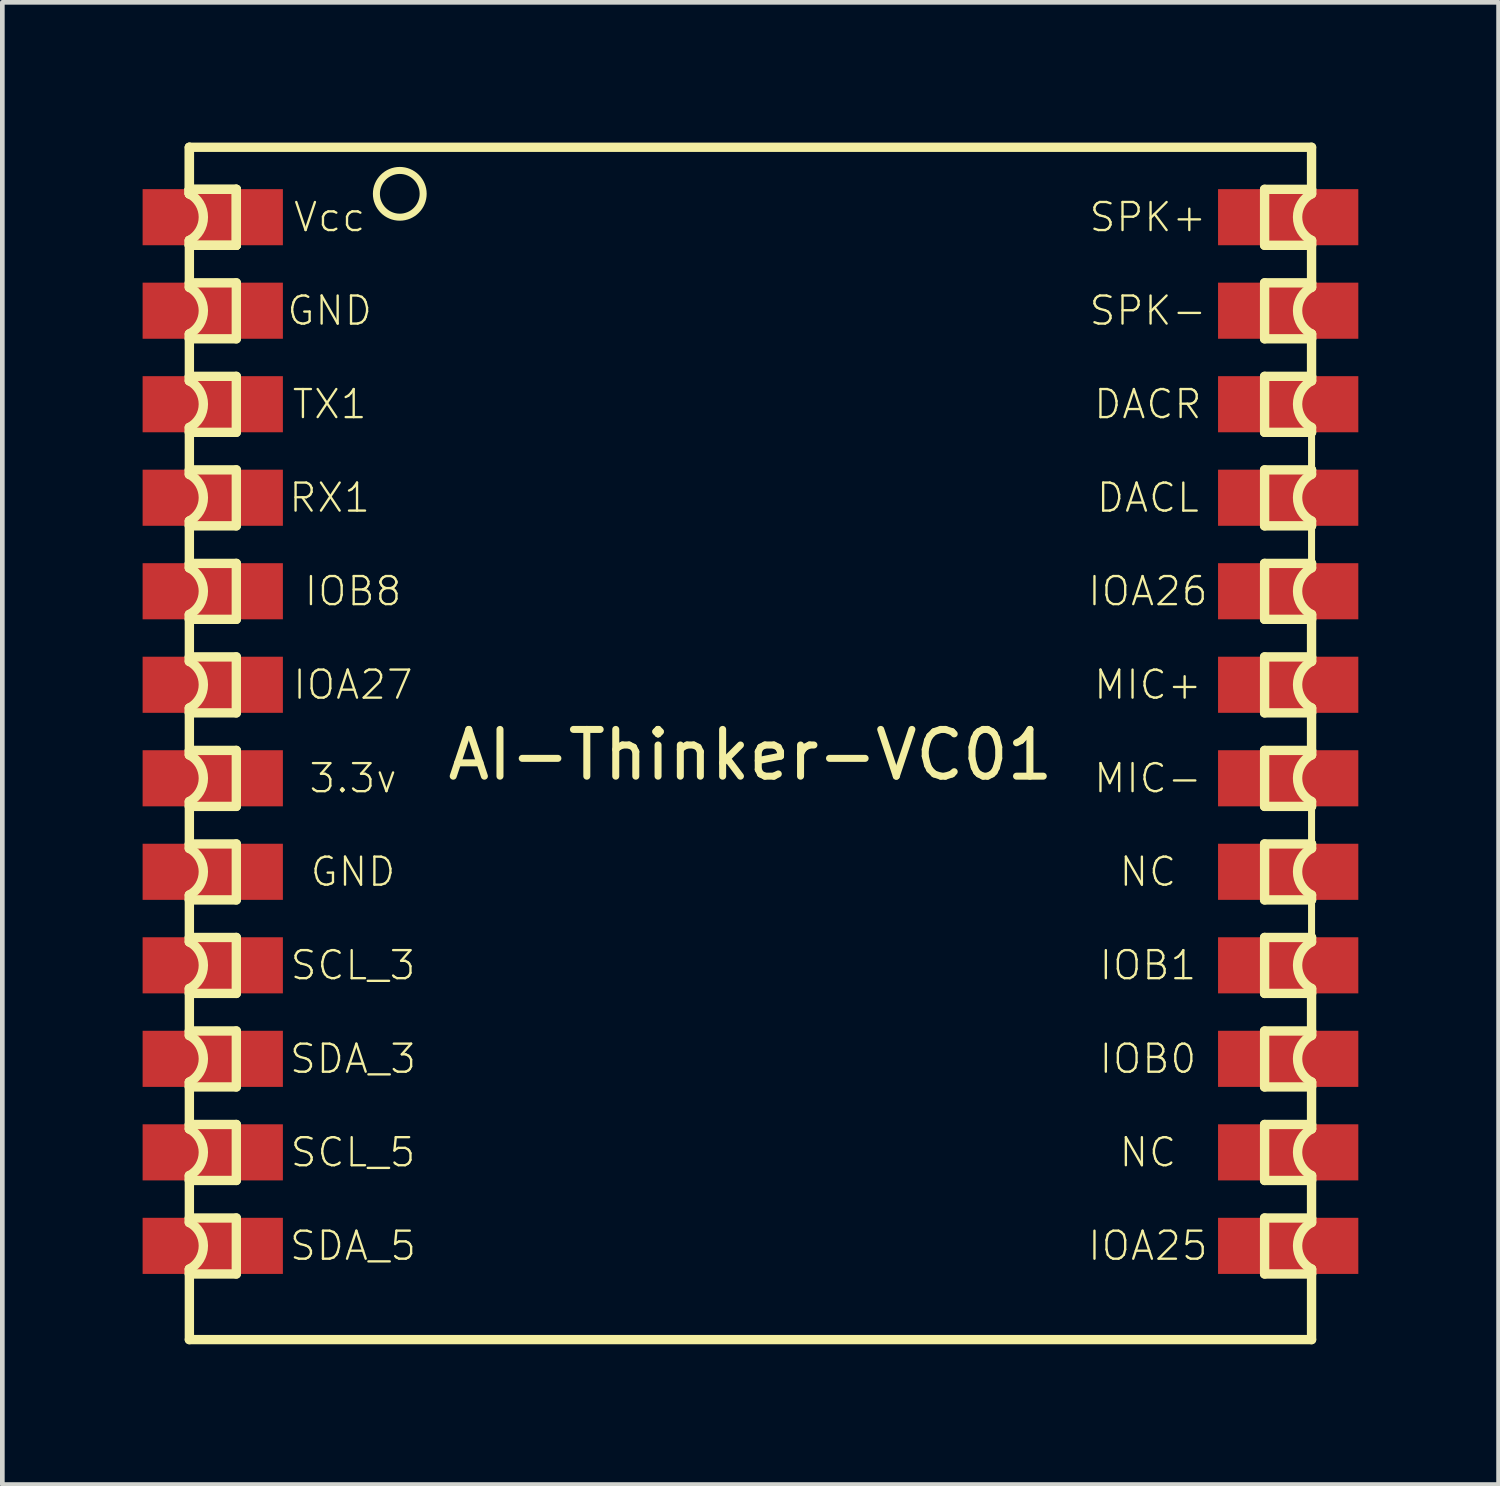
<source format=kicad_pcb>
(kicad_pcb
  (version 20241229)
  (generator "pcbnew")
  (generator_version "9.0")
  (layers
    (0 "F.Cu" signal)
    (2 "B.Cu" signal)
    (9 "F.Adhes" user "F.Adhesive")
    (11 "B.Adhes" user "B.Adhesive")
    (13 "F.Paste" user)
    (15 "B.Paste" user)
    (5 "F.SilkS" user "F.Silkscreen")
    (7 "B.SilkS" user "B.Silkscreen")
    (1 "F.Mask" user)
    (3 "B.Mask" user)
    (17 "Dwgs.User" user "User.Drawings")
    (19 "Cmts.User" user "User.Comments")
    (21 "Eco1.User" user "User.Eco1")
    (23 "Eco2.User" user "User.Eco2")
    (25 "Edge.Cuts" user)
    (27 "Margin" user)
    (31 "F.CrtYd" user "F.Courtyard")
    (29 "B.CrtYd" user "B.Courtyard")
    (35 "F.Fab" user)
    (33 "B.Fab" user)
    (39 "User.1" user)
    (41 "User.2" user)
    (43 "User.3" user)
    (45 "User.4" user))
  (footprint "AI-Thinker-VC01"
    (layer "F.Cu")
    (at 13 12.595)
    (property "Reference" "AI-Thinker-VC01" (at 0 0.5 0) (layer "F.SilkS") (effects (font (size 1 1) (thickness 0.15))))
    (attr through_hole)
    (fp_line (start -12 -12.495) (end -12 -11.5) (stroke (width 0.2) (type solid)) (layer "F.SilkS"))
    (fp_line (start -12 -12.495) (end 12 -12.495) (stroke (width 0.2) (type solid)) (layer "F.SilkS"))
    (fp_line (start -12 -11.596) (end -12 -11.5) (stroke (width 0.2) (type solid)) (layer "F.SilkS"))
    (fp_line (start -12 -11.596) (end -12 -11.5) (stroke (width 0.2) (type solid)) (layer "F.SilkS"))
    (fp_line (start -12 -11.596) (end -10.996 -11.596) (stroke (width 0.2) (type solid)) (layer "F.SilkS"))
    (fp_line (start -12 -11.5) (end -12 -12.495) (stroke (width 0.2) (type solid)) (layer "F.SilkS"))
    (fp_line (start -12 -11.5) (end -12 -11.596) (stroke (width 0.2) (type solid)) (layer "F.SilkS"))
    (fp_line (start -12 -10.503) (end -12 -10.399) (stroke (width 0.2) (type solid)) (layer "F.SilkS"))
    (fp_line (start -12 -10.399) (end -12 -10.503) (stroke (width 0.2) (type solid)) (layer "F.SilkS"))
    (fp_line (start -12 -10.399) (end -10.996 -10.399) (stroke (width 0.2) (type solid)) (layer "F.SilkS"))
    (fp_line (start -12 -9.596) (end -12 -9.5) (stroke (width 0.2) (type solid)) (layer "F.SilkS"))
    (fp_line (start -12 -9.5) (end -12 -10.503) (stroke (width 0.2) (type solid)) (layer "F.SilkS"))
    (fp_line (start -12 -8.503) (end -12 -8.399) (stroke (width 0.2) (type solid)) (layer "F.SilkS"))
    (fp_line (start -12 -8.399) (end -10.996 -8.399) (stroke (width 0.2) (type solid)) (layer "F.SilkS"))
    (fp_line (start -12 -7.596) (end -12 -7.5) (stroke (width 0.2) (type solid)) (layer "F.SilkS"))
    (fp_line (start -12 -7.5) (end -12 -8.503) (stroke (width 0.2) (type solid)) (layer "F.SilkS"))
    (fp_line (start -12 -6.503) (end -12 -6.399) (stroke (width 0.2) (type solid)) (layer "F.SilkS"))
    (fp_line (start -12 -6.399) (end -10.996 -6.399) (stroke (width 0.2) (type solid)) (layer "F.SilkS"))
    (fp_line (start -12 -5.596) (end -12 -5.5) (stroke (width 0.2) (type solid)) (layer "F.SilkS"))
    (fp_line (start -12 -5.5) (end -12 -6.503) (stroke (width 0.2) (type solid)) (layer "F.SilkS"))
    (fp_line (start -12 -4.503) (end -12 -4.399) (stroke (width 0.2) (type solid)) (layer "F.SilkS"))
    (fp_line (start -12 -4.399) (end -10.996 -4.399) (stroke (width 0.2) (type solid)) (layer "F.SilkS"))
    (fp_line (start -12 -3.596) (end -12 -3.5) (stroke (width 0.2) (type solid)) (layer "F.SilkS"))
    (fp_line (start -12 -3.5) (end -12 -4.503) (stroke (width 0.2) (type solid)) (layer "F.SilkS"))
    (fp_line (start -12 -2.503) (end -12 -2.399) (stroke (width 0.2) (type solid)) (layer "F.SilkS"))
    (fp_line (start -12 -2.399) (end -10.996 -2.399) (stroke (width 0.2) (type solid)) (layer "F.SilkS"))
    (fp_line (start -12 -1.596) (end -12 -1.5) (stroke (width 0.2) (type solid)) (layer "F.SilkS"))
    (fp_line (start -12 -1.5) (end -12 -2.503) (stroke (width 0.2) (type solid)) (layer "F.SilkS"))
    (fp_line (start -12 -0.503) (end -12 -0.399) (stroke (width 0.2) (type solid)) (layer "F.SilkS"))
    (fp_line (start -12 -0.399) (end -10.996 -0.399) (stroke (width 0.2) (type solid)) (layer "F.SilkS"))
    (fp_line (start -12 0.404) (end -12 0.5) (stroke (width 0.2) (type solid)) (layer "F.SilkS"))
    (fp_line (start -12 0.5) (end -12 -0.503) (stroke (width 0.2) (type solid)) (layer "F.SilkS"))
    (fp_line (start -12 1.497) (end -12 1.601) (stroke (width 0.2) (type solid)) (layer "F.SilkS"))
    (fp_line (start -12 1.601) (end -10.996 1.601) (stroke (width 0.2) (type solid)) (layer "F.SilkS"))
    (fp_line (start -12 2.404) (end -12 2.5) (stroke (width 0.2) (type solid)) (layer "F.SilkS"))
    (fp_line (start -12 2.5) (end -12 1.497) (stroke (width 0.2) (type solid)) (layer "F.SilkS"))
    (fp_line (start -12 3.497) (end -12 3.601) (stroke (width 0.2) (type solid)) (layer "F.SilkS"))
    (fp_line (start -12 3.601) (end -10.996 3.601) (stroke (width 0.2) (type solid)) (layer "F.SilkS"))
    (fp_line (start -12 4.404) (end -12 4.5) (stroke (width 0.2) (type solid)) (layer "F.SilkS"))
    (fp_line (start -12 4.5) (end -12 3.497) (stroke (width 0.2) (type solid)) (layer "F.SilkS"))
    (fp_line (start -12 5.497) (end -12 5.601) (stroke (width 0.2) (type solid)) (layer "F.SilkS"))
    (fp_line (start -12 5.601) (end -10.996 5.601) (stroke (width 0.2) (type solid)) (layer "F.SilkS"))
    (fp_line (start -12 6.404) (end -12 6.5) (stroke (width 0.2) (type solid)) (layer "F.SilkS"))
    (fp_line (start -12 6.5) (end -12 5.497) (stroke (width 0.2) (type solid)) (layer "F.SilkS"))
    (fp_line (start -12 7.497) (end -12 7.601) (stroke (width 0.2) (type solid)) (layer "F.SilkS"))
    (fp_line (start -12 7.601) (end -10.996 7.601) (stroke (width 0.2) (type solid)) (layer "F.SilkS"))
    (fp_line (start -12 8.404) (end -12 8.5) (stroke (width 0.2) (type solid)) (layer "F.SilkS"))
    (fp_line (start -12 8.5) (end -12 7.497) (stroke (width 0.2) (type solid)) (layer "F.SilkS"))
    (fp_line (start -12 9.497) (end -12 9.601) (stroke (width 0.2) (type solid)) (layer "F.SilkS"))
    (fp_line (start -12 9.601) (end -10.996 9.601) (stroke (width 0.2) (type solid)) (layer "F.SilkS"))
    (fp_line (start -12 10.404) (end -12 10.5) (stroke (width 0.2) (type solid)) (layer "F.SilkS"))
    (fp_line (start -12 10.5) (end -12 9.497) (stroke (width 0.2) (type solid)) (layer "F.SilkS"))
    (fp_line (start -12 11.497) (end -12 11.601) (stroke (width 0.2) (type solid)) (layer "F.SilkS"))
    (fp_line (start -12 11.601) (end -10.996 11.601) (stroke (width 0.2) (type solid)) (layer "F.SilkS"))
    (fp_line (start -12 13.005) (end -12 11.497) (stroke (width 0.2) (type solid)) (layer "F.SilkS"))
    (fp_line (start -12 13.005) (end 12 13.005) (stroke (width 0.2) (type solid)) (layer "F.SilkS"))
    (fp_line (start -10.996 -11.596) (end -12 -11.596) (stroke (width 0.2) (type solid)) (layer "F.SilkS"))
    (fp_line (start -10.996 -11.596) (end -10.996 -10.399) (stroke (width 0.2) (type solid)) (layer "F.SilkS"))
    (fp_line (start -10.996 -10.399) (end -12 -10.399) (stroke (width 0.2) (type solid)) (layer "F.SilkS"))
    (fp_line (start -10.996 -10.399) (end -10.996 -11.596) (stroke (width 0.2) (type solid)) (layer "F.SilkS"))
    (fp_line (start -10.996 -9.596) (end -12 -9.596) (stroke (width 0.2) (type solid)) (layer "F.SilkS"))
    (fp_line (start -10.996 -8.399) (end -10.996 -9.596) (stroke (width 0.2) (type solid)) (layer "F.SilkS"))
    (fp_line (start -10.996 -7.596) (end -12 -7.596) (stroke (width 0.2) (type solid)) (layer "F.SilkS"))
    (fp_line (start -10.996 -6.399) (end -10.996 -7.596) (stroke (width 0.2) (type solid)) (layer "F.SilkS"))
    (fp_line (start -10.996 -5.596) (end -12 -5.596) (stroke (width 0.2) (type solid)) (layer "F.SilkS"))
    (fp_line (start -10.996 -4.399) (end -10.996 -5.596) (stroke (width 0.2) (type solid)) (layer "F.SilkS"))
    (fp_line (start -10.996 -3.596) (end -12 -3.596) (stroke (width 0.2) (type solid)) (layer "F.SilkS"))
    (fp_line (start -10.996 -2.399) (end -10.996 -3.596) (stroke (width 0.2) (type solid)) (layer "F.SilkS"))
    (fp_line (start -10.996 -1.596) (end -12 -1.596) (stroke (width 0.2) (type solid)) (layer "F.SilkS"))
    (fp_line (start -10.996 -0.399) (end -10.996 -1.596) (stroke (width 0.2) (type solid)) (layer "F.SilkS"))
    (fp_line (start -10.996 0.404) (end -12 0.404) (stroke (width 0.2) (type solid)) (layer "F.SilkS"))
    (fp_line (start -10.996 1.601) (end -10.996 0.404) (stroke (width 0.2) (type solid)) (layer "F.SilkS"))
    (fp_line (start -10.996 2.404) (end -12 2.404) (stroke (width 0.2) (type solid)) (layer "F.SilkS"))
    (fp_line (start -10.996 3.601) (end -10.996 2.404) (stroke (width 0.2) (type solid)) (layer "F.SilkS"))
    (fp_line (start -10.996 4.404) (end -12 4.404) (stroke (width 0.2) (type solid)) (layer "F.SilkS"))
    (fp_line (start -10.996 5.601) (end -10.996 4.404) (stroke (width 0.2) (type solid)) (layer "F.SilkS"))
    (fp_line (start -10.996 6.404) (end -12 6.404) (stroke (width 0.2) (type solid)) (layer "F.SilkS"))
    (fp_line (start -10.996 7.601) (end -10.996 6.404) (stroke (width 0.2) (type solid)) (layer "F.SilkS"))
    (fp_line (start -10.996 8.404) (end -12 8.404) (stroke (width 0.2) (type solid)) (layer "F.SilkS"))
    (fp_line (start -10.996 9.601) (end -10.996 8.404) (stroke (width 0.2) (type solid)) (layer "F.SilkS"))
    (fp_line (start -10.996 10.404) (end -12 10.404) (stroke (width 0.2) (type solid)) (layer "F.SilkS"))
    (fp_line (start -10.996 11.601) (end -10.996 10.404) (stroke (width 0.2) (type solid)) (layer "F.SilkS"))
    (fp_line (start 10.996 -11.596) (end 12 -11.596) (stroke (width 0.2) (type solid)) (layer "F.SilkS"))
    (fp_line (start 10.996 -10.399) (end 10.996 -11.596) (stroke (width 0.2) (type solid)) (layer "F.SilkS"))
    (fp_line (start 10.996 -9.596) (end 12 -9.596) (stroke (width 0.2) (type solid)) (layer "F.SilkS"))
    (fp_line (start 10.996 -8.399) (end 10.996 -9.596) (stroke (width 0.2) (type solid)) (layer "F.SilkS"))
    (fp_line (start 10.996 -7.596) (end 12 -7.596) (stroke (width 0.2) (type solid)) (layer "F.SilkS"))
    (fp_line (start 10.996 -6.399) (end 10.996 -7.596) (stroke (width 0.2) (type solid)) (layer "F.SilkS"))
    (fp_line (start 10.996 -5.596) (end 12 -5.596) (stroke (width 0.2) (type solid)) (layer "F.SilkS"))
    (fp_line (start 10.996 -4.399) (end 10.996 -5.596) (stroke (width 0.2) (type solid)) (layer "F.SilkS"))
    (fp_line (start 10.996 -3.596) (end 12 -3.596) (stroke (width 0.2) (type solid)) (layer "F.SilkS"))
    (fp_line (start 10.996 -2.399) (end 10.996 -3.596) (stroke (width 0.2) (type solid)) (layer "F.SilkS"))
    (fp_line (start 10.996 -1.596) (end 12 -1.596) (stroke (width 0.2) (type solid)) (layer "F.SilkS"))
    (fp_line (start 10.996 -0.399) (end 10.996 -1.596) (stroke (width 0.2) (type solid)) (layer "F.SilkS"))
    (fp_line (start 10.996 0.404) (end 12 0.404) (stroke (width 0.2) (type solid)) (layer "F.SilkS"))
    (fp_line (start 10.996 1.601) (end 10.996 0.404) (stroke (width 0.2) (type solid)) (layer "F.SilkS"))
    (fp_line (start 10.996 2.404) (end 12 2.404) (stroke (width 0.2) (type solid)) (layer "F.SilkS"))
    (fp_line (start 10.996 3.601) (end 10.996 2.404) (stroke (width 0.2) (type solid)) (layer "F.SilkS"))
    (fp_line (start 10.996 4.404) (end 12 4.404) (stroke (width 0.2) (type solid)) (layer "F.SilkS"))
    (fp_line (start 10.996 5.601) (end 10.996 4.404) (stroke (width 0.2) (type solid)) (layer "F.SilkS"))
    (fp_line (start 10.996 6.404) (end 12 6.404) (stroke (width 0.2) (type solid)) (layer "F.SilkS"))
    (fp_line (start 10.996 7.601) (end 10.996 6.404) (stroke (width 0.2) (type solid)) (layer "F.SilkS"))
    (fp_line (start 10.996 8.404) (end 12 8.404) (stroke (width 0.2) (type solid)) (layer "F.SilkS"))
    (fp_line (start 10.996 9.601) (end 10.996 8.404) (stroke (width 0.2) (type solid)) (layer "F.SilkS"))
    (fp_line (start 10.996 10.404) (end 12 10.404) (stroke (width 0.2) (type solid)) (layer "F.SilkS"))
    (fp_line (start 10.996 11.601) (end 10.996 10.404) (stroke (width 0.2) (type solid)) (layer "F.SilkS"))
    (fp_line (start 12 -11.596) (end 12 -11.5) (stroke (width 0.2) (type solid)) (layer "F.SilkS"))
    (fp_line (start 12 -11.5) (end 12 -12.495) (stroke (width 0.2) (type solid)) (layer "F.SilkS"))
    (fp_line (start 12 -10.503) (end 12 -10.399) (stroke (width 0.2) (type solid)) (layer "F.SilkS"))
    (fp_line (start 12 -10.399) (end 10.996 -10.399) (stroke (width 0.2) (type solid)) (layer "F.SilkS"))
    (fp_line (start 12 -9.596) (end 12 -9.5) (stroke (width 0.2) (type solid)) (layer "F.SilkS"))
    (fp_line (start 12 -9.5) (end 12 -10.503) (stroke (width 0.2) (type solid)) (layer "F.SilkS"))
    (fp_line (start 12 -8.503) (end 12 -8.399) (stroke (width 0.2) (type solid)) (layer "F.SilkS"))
    (fp_line (start 12 -8.399) (end 10.996 -8.399) (stroke (width 0.2) (type solid)) (layer "F.SilkS"))
    (fp_line (start 12 -7.596) (end 12 -7.5) (stroke (width 0.2) (type solid)) (layer "F.SilkS"))
    (fp_line (start 12 -7.5) (end 12 -8.503) (stroke (width 0.2) (type solid)) (layer "F.SilkS"))
    (fp_line (start 12 -6.503) (end 12 -6.399) (stroke (width 0.2) (type solid)) (layer "F.SilkS"))
    (fp_line (start 12 -6.399) (end 10.996 -6.399) (stroke (width 0.2) (type solid)) (layer "F.SilkS"))
    (fp_line (start 12 -6.399) (end 12 -5.596) (stroke (width 0.15) (type solid)) (layer "F.SilkS"))
    (fp_line (start 12 -5.596) (end 12 -5.5) (stroke (width 0.2) (type solid)) (layer "F.SilkS"))
    (fp_line (start 12 -4.503) (end 12 -4.399) (stroke (width 0.2) (type solid)) (layer "F.SilkS"))
    (fp_line (start 12 -4.399) (end 10.996 -4.399) (stroke (width 0.2) (type solid)) (layer "F.SilkS"))
    (fp_line (start 12 -4.399) (end 12 -3.596) (stroke (width 0.15) (type solid)) (layer "F.SilkS"))
    (fp_line (start 12 -3.596) (end 12 -3.5) (stroke (width 0.2) (type solid)) (layer "F.SilkS"))
    (fp_line (start 12 -2.503) (end 12 -2.399) (stroke (width 0.2) (type solid)) (layer "F.SilkS"))
    (fp_line (start 12 -2.399) (end 10.996 -2.399) (stroke (width 0.2) (type solid)) (layer "F.SilkS"))
    (fp_line (start 12 -1.596) (end 12 -1.5) (stroke (width 0.2) (type solid)) (layer "F.SilkS"))
    (fp_line (start 12 -1.5) (end 12 -2.503) (stroke (width 0.2) (type solid)) (layer "F.SilkS"))
    (fp_line (start 12 -0.503) (end 12 -0.399) (stroke (width 0.2) (type solid)) (layer "F.SilkS"))
    (fp_line (start 12 -0.399) (end 10.996 -0.399) (stroke (width 0.2) (type solid)) (layer "F.SilkS"))
    (fp_line (start 12 0.404) (end 12 0.5) (stroke (width 0.2) (type solid)) (layer "F.SilkS"))
    (fp_line (start 12 0.5) (end 12 -0.503) (stroke (width 0.2) (type solid)) (layer "F.SilkS"))
    (fp_line (start 12 1.497) (end 12 1.601) (stroke (width 0.2) (type solid)) (layer "F.SilkS"))
    (fp_line (start 12 1.601) (end 10.996 1.601) (stroke (width 0.2) (type solid)) (layer "F.SilkS"))
    (fp_line (start 12 1.601) (end 12 2.404) (stroke (width 0.15) (type solid)) (layer "F.SilkS"))
    (fp_line (start 12 2.404) (end 12 2.5) (stroke (width 0.2) (type solid)) (layer "F.SilkS"))
    (fp_line (start 12 3.497) (end 12 3.601) (stroke (width 0.2) (type solid)) (layer "F.SilkS"))
    (fp_line (start 12 3.601) (end 10.996 3.601) (stroke (width 0.2) (type solid)) (layer "F.SilkS"))
    (fp_line (start 12 3.601) (end 12 4.404) (stroke (width 0.15) (type solid)) (layer "F.SilkS"))
    (fp_line (start 12 4.404) (end 12 4.5) (stroke (width 0.2) (type solid)) (layer "F.SilkS"))
    (fp_line (start 12 5.497) (end 12 5.601) (stroke (width 0.2) (type solid)) (layer "F.SilkS"))
    (fp_line (start 12 5.601) (end 10.996 5.601) (stroke (width 0.2) (type solid)) (layer "F.SilkS"))
    (fp_line (start 12 6.404) (end 12 6.5) (stroke (width 0.2) (type solid)) (layer "F.SilkS"))
    (fp_line (start 12 6.5) (end 12 5.497) (stroke (width 0.2) (type solid)) (layer "F.SilkS"))
    (fp_line (start 12 7.497) (end 12 7.601) (stroke (width 0.2) (type solid)) (layer "F.SilkS"))
    (fp_line (start 12 7.601) (end 10.996 7.601) (stroke (width 0.2) (type solid)) (layer "F.SilkS"))
    (fp_line (start 12 8.404) (end 12 8.5) (stroke (width 0.2) (type solid)) (layer "F.SilkS"))
    (fp_line (start 12 8.5) (end 12 7.497) (stroke (width 0.2) (type solid)) (layer "F.SilkS"))
    (fp_line (start 12 9.497) (end 12 9.601) (stroke (width 0.2) (type solid)) (layer "F.SilkS"))
    (fp_line (start 12 9.601) (end 10.996 9.601) (stroke (width 0.2) (type solid)) (layer "F.SilkS"))
    (fp_line (start 12 10.404) (end 12 10.5) (stroke (width 0.2) (type solid)) (layer "F.SilkS"))
    (fp_line (start 12 10.5) (end 12 9.497) (stroke (width 0.2) (type solid)) (layer "F.SilkS"))
    (fp_line (start 12 11.497) (end 12 11.601) (stroke (width 0.2) (type solid)) (layer "F.SilkS"))
    (fp_line (start 12 11.601) (end 10.996 11.601) (stroke (width 0.2) (type solid)) (layer "F.SilkS"))
    (fp_line (start 12 13.005) (end 12 11.497) (stroke (width 0.2) (type solid)) (layer "F.SilkS"))
    (fp_arc (start -12 -11.5) (mid -11.700697 -11.001492) (end -12 -10.502984) (stroke (width 0.2) (type solid)) (layer "F.SilkS"))
    (fp_arc (start -12 -9.5) (mid -11.700697 -9.001492) (end -12 -8.502984) (stroke (width 0.2) (type solid)) (layer "F.SilkS"))
    (fp_arc (start -12 -7.5) (mid -11.700697 -7.001492) (end -12 -6.502984) (stroke (width 0.2) (type solid)) (layer "F.SilkS"))
    (fp_arc (start -12 -5.5) (mid -11.700697 -5.001492) (end -12 -4.502984) (stroke (width 0.2) (type solid)) (layer "F.SilkS"))
    (fp_arc (start -12 -3.5) (mid -11.700697 -3.001492) (end -12 -2.502984) (stroke (width 0.2) (type solid)) (layer "F.SilkS"))
    (fp_arc (start -12 -1.5) (mid -11.700697 -1.001492) (end -12 -0.502984) (stroke (width 0.2) (type solid)) (layer "F.SilkS"))
    (fp_arc (start -12 0.499999) (mid -11.700697 0.998507) (end -12 1.497015) (stroke (width 0.2) (type solid)) (layer "F.SilkS"))
    (fp_arc (start -12 2.499999) (mid -11.700697 2.998507) (end -12 3.497015) (stroke (width 0.2) (type solid)) (layer "F.SilkS"))
    (fp_arc (start -12 4.499999) (mid -11.700697 4.998507) (end -12 5.497015) (stroke (width 0.2) (type solid)) (layer "F.SilkS"))
    (fp_arc (start -12 6.499999) (mid -11.700697 6.998507) (end -12 7.497015) (stroke (width 0.2) (type solid)) (layer "F.SilkS"))
    (fp_arc (start -12 8.499999) (mid -11.700697 8.998507) (end -12 9.497015) (stroke (width 0.2) (type solid)) (layer "F.SilkS"))
    (fp_arc (start -12 10.499999) (mid -11.700697 10.998507) (end -12 11.497015) (stroke (width 0.2) (type solid)) (layer "F.SilkS"))
    (fp_arc (start 12 -10.502984) (mid 11.700697 -11.001492) (end 12 -11.5) (stroke (width 0.2) (type solid)) (layer "F.SilkS"))
    (fp_arc (start 12 -8.502984) (mid 11.700697 -9.001492) (end 12 -9.5) (stroke (width 0.2) (type solid)) (layer "F.SilkS"))
    (fp_arc (start 12 -6.502984) (mid 11.700697 -7.001492) (end 12 -7.5) (stroke (width 0.2) (type solid)) (layer "F.SilkS"))
    (fp_arc (start 12 -4.502984) (mid 11.700697 -5.001492) (end 12 -5.5) (stroke (width 0.2) (type solid)) (layer "F.SilkS"))
    (fp_arc (start 12 -2.502984) (mid 11.700697 -3.001492) (end 12 -3.5) (stroke (width 0.2) (type solid)) (layer "F.SilkS"))
    (fp_arc (start 12 -0.502984) (mid 11.700697 -1.001492) (end 12 -1.5) (stroke (width 0.2) (type solid)) (layer "F.SilkS"))
    (fp_arc (start 12 1.497015) (mid 11.700697 0.998507) (end 12 0.499999) (stroke (width 0.2) (type solid)) (layer "F.SilkS"))
    (fp_arc (start 12 3.497015) (mid 11.700697 2.998507) (end 12 2.499999) (stroke (width 0.2) (type solid)) (layer "F.SilkS"))
    (fp_arc (start 12 5.497015) (mid 11.700697 4.998507) (end 12 4.499999) (stroke (width 0.2) (type solid)) (layer "F.SilkS"))
    (fp_arc (start 12 7.497015) (mid 11.700697 6.998507) (end 12 6.499999) (stroke (width 0.2) (type solid)) (layer "F.SilkS"))
    (fp_arc (start 12 9.497015) (mid 11.700697 8.998507) (end 12 8.499999) (stroke (width 0.2) (type solid)) (layer "F.SilkS"))
    (fp_arc (start 12 11.497015) (mid 11.700697 10.998507) (end 12 10.499999) (stroke (width 0.2) (type solid)) (layer "F.SilkS"))
    (fp_circle (center -7.5 -11.5) (end -7 -11.5) (stroke (width 0.15) (type solid)) (fill no) (layer "F.SilkS"))
    (fp_text user "DACR" (at 8.5 -7 0) (layer "F.SilkS") (effects (font (size 0.6 0.6) (thickness 0.05))))
    (fp_text user "SDA_5" (at -8.5 11 0) (layer "F.SilkS") (effects (font (size 0.6 0.6) (thickness 0.05))))
    (fp_text user "Vcc" (at -9 -11 0) (layer "F.SilkS") (effects (font (size 0.6 0.6) (thickness 0.05))))
    (fp_text user "IOB0" (at 8.5 7 0) (layer "F.SilkS") (effects (font (size 0.6 0.6) (thickness 0.05))))
    (fp_text user "3.3v" (at -8.5 1 0) (layer "F.SilkS") (effects (font (size 0.6 0.6) (thickness 0.05))))
    (fp_text user "SDA_3" (at -8.5 7 0) (layer "F.SilkS") (effects (font (size 0.6 0.6) (thickness 0.05))))
    (fp_text user "IOA25" (at 8.5 11 0) (layer "F.SilkS") (effects (font (size 0.6 0.6) (thickness 0.05))))
    (fp_text user "SCL_5" (at -8.5 9 0) (layer "F.SilkS") (effects (font (size 0.6 0.6) (thickness 0.05))))
    (fp_text user "NC" (at 8.5 3 0) (layer "F.SilkS") (effects (font (size 0.6 0.6) (thickness 0.05))))
    (fp_text user "GND" (at -9 -9 0) (layer "F.SilkS") (effects (font (size 0.6 0.6) (thickness 0.05))))
    (fp_text user "SPK+" (at 8.5 -11 0) (layer "F.SilkS") (effects (font (size 0.6 0.6) (thickness 0.05))))
    (fp_text user "IOB8" (at -8.5 -3 0) (layer "F.SilkS") (effects (font (size 0.6 0.6) (thickness 0.05))))
    (fp_text user "SPK-" (at 8.5 -9 0) (layer "F.SilkS") (effects (font (size 0.6 0.6) (thickness 0.05))))
    (fp_text user "IOA26" (at 8.5 -3 0) (layer "F.SilkS") (effects (font (size 0.6 0.6) (thickness 0.05))))
    (fp_text user "MIC+" (at 8.5 -1 0) (layer "F.SilkS") (effects (font (size 0.6 0.6) (thickness 0.05))))
    (fp_text user "IOB1" (at 8.5 5 0) (layer "F.SilkS") (effects (font (size 0.6 0.6) (thickness 0.05))))
    (fp_text user "IOA27" (at -8.5 -1 0) (layer "F.SilkS") (effects (font (size 0.6 0.6) (thickness 0.05))))
    (fp_text user "DACL" (at 8.5 -5 0) (layer "F.SilkS") (effects (font (size 0.6 0.6) (thickness 0.05))))
    (fp_text user "RX1" (at -9 -5 0) (layer "F.SilkS") (effects (font (size 0.6 0.6) (thickness 0.05))))
    (fp_text user "NC" (at 8.5 9 0) (layer "F.SilkS") (effects (font (size 0.6 0.6) (thickness 0.05))))
    (fp_text user "MIC-" (at 8.5 1 0) (layer "F.SilkS") (effects (font (size 0.6 0.6) (thickness 0.05))))
    (fp_text user "TX1" (at -9 -7 0) (layer "F.SilkS") (effects (font (size 0.6 0.6) (thickness 0.05))))
    (fp_text user "GND" (at -8.5 3 0) (layer "F.SilkS") (effects (font (size 0.6 0.6) (thickness 0.05))))
    (fp_text user "SCL_3" (at -8.5 5 0) (layer "F.SilkS") (effects (font (size 0.6 0.6) (thickness 0.05))))
    (pad "1" smd rect (at -11.5 -11) (size 3 1.2) (layers "F.Cu" "F.Mask" "F.Paste"))
    (pad "2" smd rect (at -11.5 -9) (size 3 1.2) (layers "F.Cu" "F.Mask" "F.Paste"))
    (pad "3" smd rect (at -11.5 -7) (size 3 1.2) (layers "F.Cu" "F.Mask" "F.Paste"))
    (pad "4" smd rect (at -11.5 -5) (size 3 1.2) (layers "F.Cu" "F.Mask" "F.Paste"))
    (pad "5" smd rect (at -11.5 -3) (size 3 1.2) (layers "F.Cu" "F.Mask" "F.Paste"))
    (pad "6" smd rect (at -11.5 -1) (size 3 1.2) (layers "F.Cu" "F.Mask" "F.Paste"))
    (pad "7" smd rect (at -11.5 1) (size 3 1.2) (layers "F.Cu" "F.Mask" "F.Paste"))
    (pad "8" smd rect (at -11.5 3) (size 3 1.2) (layers "F.Cu" "F.Mask" "F.Paste"))
    (pad "9" smd rect (at -11.5 5) (size 3 1.2) (layers "F.Cu" "F.Mask" "F.Paste"))
    (pad "10" smd rect (at -11.5 7) (size 3 1.2) (layers "F.Cu" "F.Mask" "F.Paste"))
    (pad "11" smd rect (at -11.5 9) (size 3 1.2) (layers "F.Cu" "F.Mask" "F.Paste"))
    (pad "12" smd rect (at -11.5 11) (size 3 1.2) (layers "F.Cu" "F.Mask" "F.Paste"))
    (pad "13" smd rect (at 11.5 11) (size 3 1.2) (layers "F.Cu" "F.Mask" "F.Paste"))
    (pad "14" smd rect (at 11.5 9) (size 3 1.2) (layers "F.Cu" "F.Mask" "F.Paste"))
    (pad "15" smd rect (at 11.5 7) (size 3 1.2) (layers "F.Cu" "F.Mask" "F.Paste"))
    (pad "16" smd rect (at 11.5 5) (size 3 1.2) (layers "F.Cu" "F.Mask" "F.Paste"))
    (pad "17" smd rect (at 11.5 3) (size 3 1.2) (layers "F.Cu" "F.Mask" "F.Paste"))
    (pad "18" smd rect (at 11.5 1) (size 3 1.2) (layers "F.Cu" "F.Mask" "F.Paste"))
    (pad "19" smd rect (at 11.5 -1) (size 3 1.2) (layers "F.Cu" "F.Mask" "F.Paste"))
    (pad "20" smd rect (at 11.5 -3) (size 3 1.2) (layers "F.Cu" "F.Mask" "F.Paste"))
    (pad "21" smd rect (at 11.5 -5) (size 3 1.2) (layers "F.Cu" "F.Mask" "F.Paste"))
    (pad "22" smd rect (at 11.5 -7) (size 3 1.2) (layers "F.Cu" "F.Mask" "F.Paste"))
    (pad "23" smd rect (at 11.5 -9) (size 3 1.2) (layers "F.Cu" "F.Mask" "F.Paste"))
    (pad "24" smd rect (at 11.5 -11) (size 3 1.2) (layers "F.Cu" "F.Mask" "F.Paste")))
  (gr_rect
    (start -3 -3)
    (end 29 28.7)
    (stroke (width 0.1) (type default))
    (fill no)
    (layer "Edge.Cuts")))
</source>
